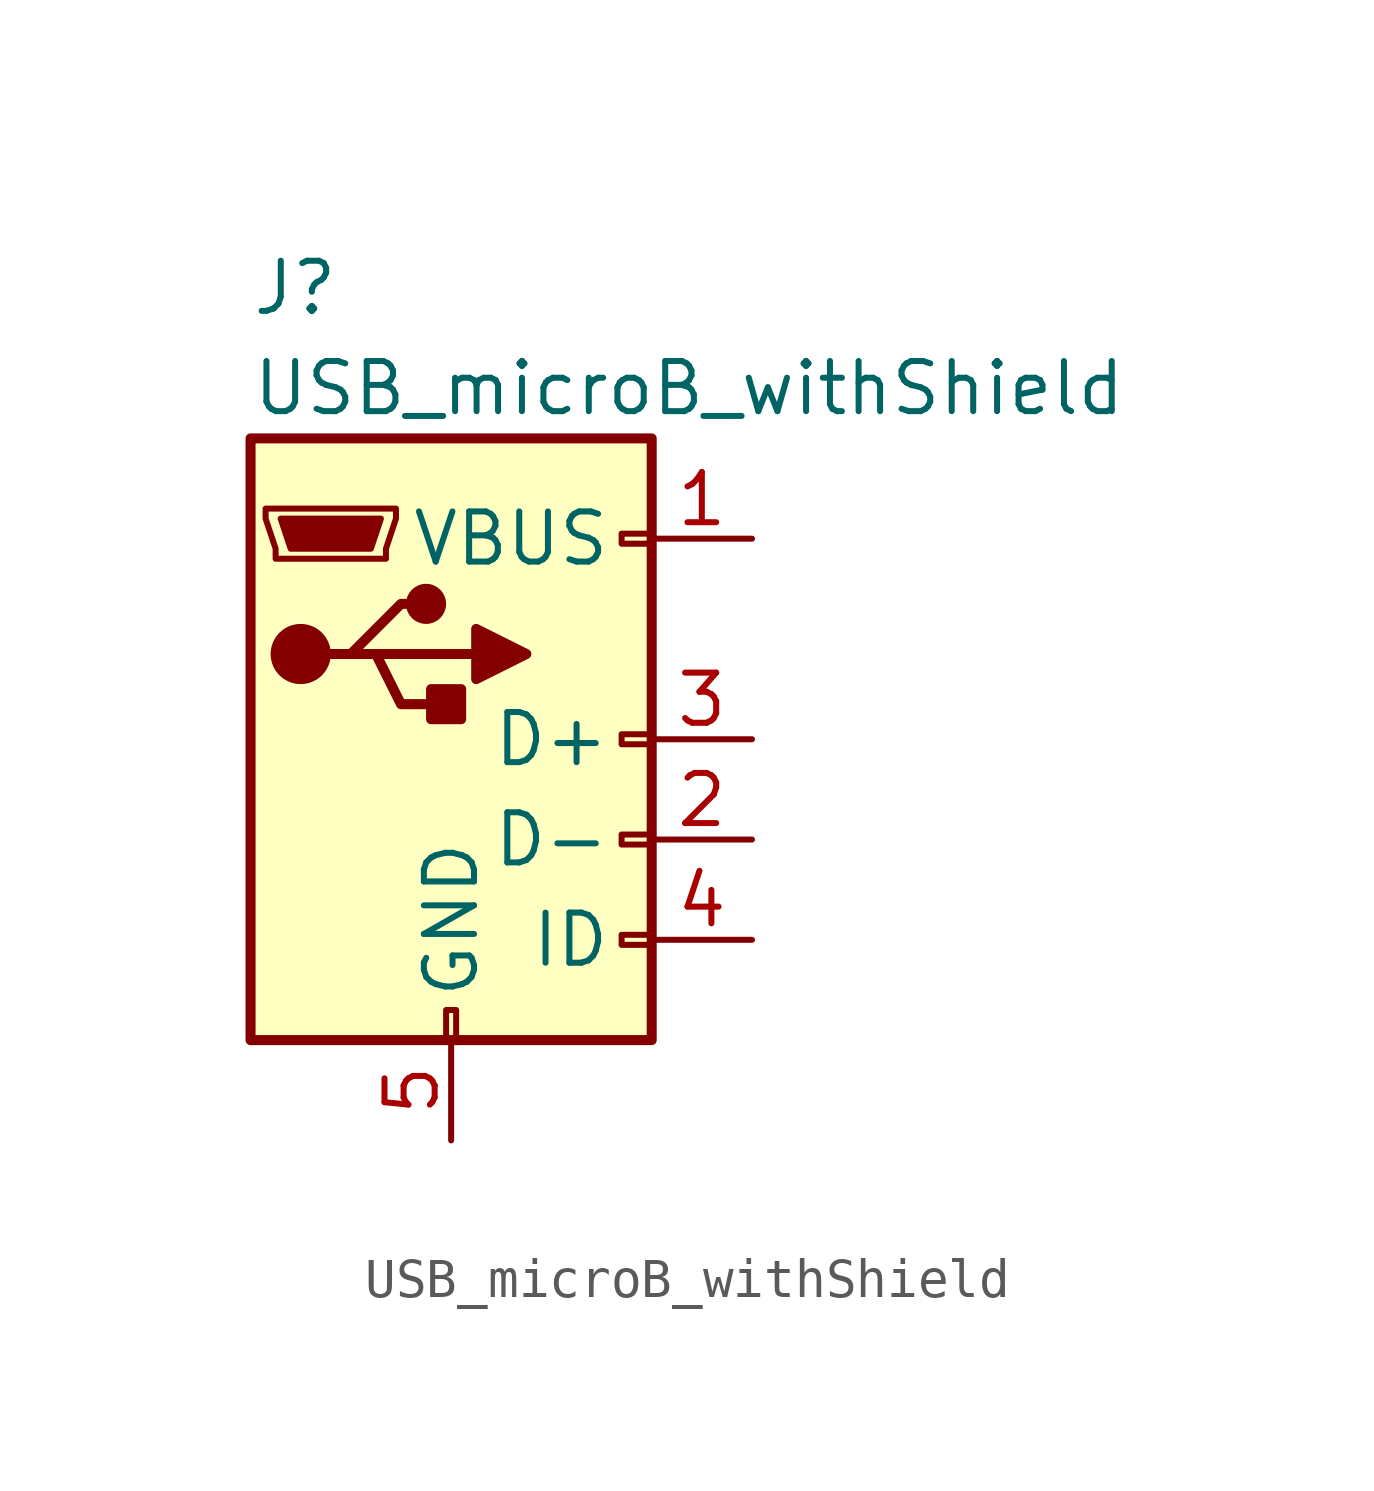
<source format=kicad_sym>
(kicad_symbol_lib
  (version 20220914)
  (generator kicad_symbol_editor)
  (symbol "USB_microB_withShield"
    (pin_names
      (offset 1.016))
    (property "Reference" "J"
      (at -5.08 11.43 0)
      (effects (font (size 1.27 1.27)) (justify left)))
    (property "Value" "USB_microB_withShield"
      (at -5.08 8.89 0)
      (effects (font (size 1.27 1.27)) (justify left)))
    (symbol "USB_microB_withShield_0_1"
      (rectangle (start -5.08 -7.62) (end 5.08 7.62) (stroke (width 0.254) (type default)) (fill (type background)))
      (circle (center -3.81 2.159) (radius 0.635) (stroke (width 0.254) (type default)) (fill (type outline)))
      (circle (center -0.635 3.429) (radius 0.381) (stroke (width 0.254) (type default)) (fill (type outline)))
      (rectangle (start -0.127 -7.62) (end 0.127 -6.858) (stroke (width 0) (type default)) (fill (type none)))
      (polyline (pts (xy -1.905 2.159) (xy 0.635 2.159)) (stroke (width 0.254) (type default)) (fill (type none)))
      (polyline (pts (xy -3.175 2.159) (xy -2.54 2.159) (xy -1.27 3.429) (xy -0.635 3.429)) (stroke (width 0.254) (type default)) (fill (type none)))
      (polyline (pts (xy -2.54 2.159) (xy -1.905 2.159) (xy -1.27 0.889) (xy 0 0.889)) (stroke (width 0.254) (type default)) (fill (type none)))
      (polyline (pts (xy 0.635 2.794) (xy 0.635 1.524) (xy 1.905 2.159) (xy 0.635 2.794)) (stroke (width 0.254) (type default)) (fill (type outline)))
      (polyline (pts (xy -4.318 5.588) (xy -1.778 5.588) (xy -2.032 4.826) (xy -4.064 4.826) (xy -4.318 5.588)) (stroke (width 0) (type default)) (fill (type outline)))
      (polyline (pts (xy -4.699 5.842) (xy -4.699 5.588) (xy -4.445 4.826) (xy -4.445 4.572) (xy -1.651 4.572) (xy -1.651 4.826) (xy -1.397 5.588) (xy -1.397 5.842) (xy -4.699 5.842)) (stroke (width 0) (type default)) (fill (type none)))
      (rectangle (start 0.254 1.27) (end -0.508 0.508) (stroke (width 0.254) (type default)) (fill (type outline)))
      (rectangle (start 5.08 -5.207) (end 4.318 -4.953) (stroke (width 0) (type default)) (fill (type none)))
      (rectangle (start 5.08 -2.667) (end 4.318 -2.413) (stroke (width 0) (type default)) (fill (type none)))
      (rectangle (start 5.08 -0.127) (end 4.318 0.127) (stroke (width 0) (type default)) (fill (type none)))
      (rectangle (start 5.08 4.953) (end 4.318 5.207) (stroke (width 0) (type default)) (fill (type none))))
    (symbol "USB_microB_withShield_1_1"
      (pin power_out line (at 7.62 5.08 180) (length 2.54) (name "VBUS" (effects (font (size 1.27 1.27)))) (number "1" (effects (font (size 1.27 1.27)))))
      (pin bidirectional line (at 7.62 -2.54 180) (length 2.54) (name "D-" (effects (font (size 1.27 1.27)))) (number "2" (effects (font (size 1.27 1.27)))))
      (pin bidirectional line (at 7.62 0 180) (length 2.54) (name "D+" (effects (font (size 1.27 1.27)))) (number "3" (effects (font (size 1.27 1.27)))))
      (pin passive line (at 7.62 -5.08 180) (length 2.54) (name "ID" (effects (font (size 1.27 1.27)))) (number "4" (effects (font (size 1.27 1.27)))))
      (pin passive line (at 0 -10.16 90) (length 2.54) (name "GND" (effects (font (size 1.27 1.27)))) (number "5" (effects (font (size 1.27 1.27))))))))
</source>
